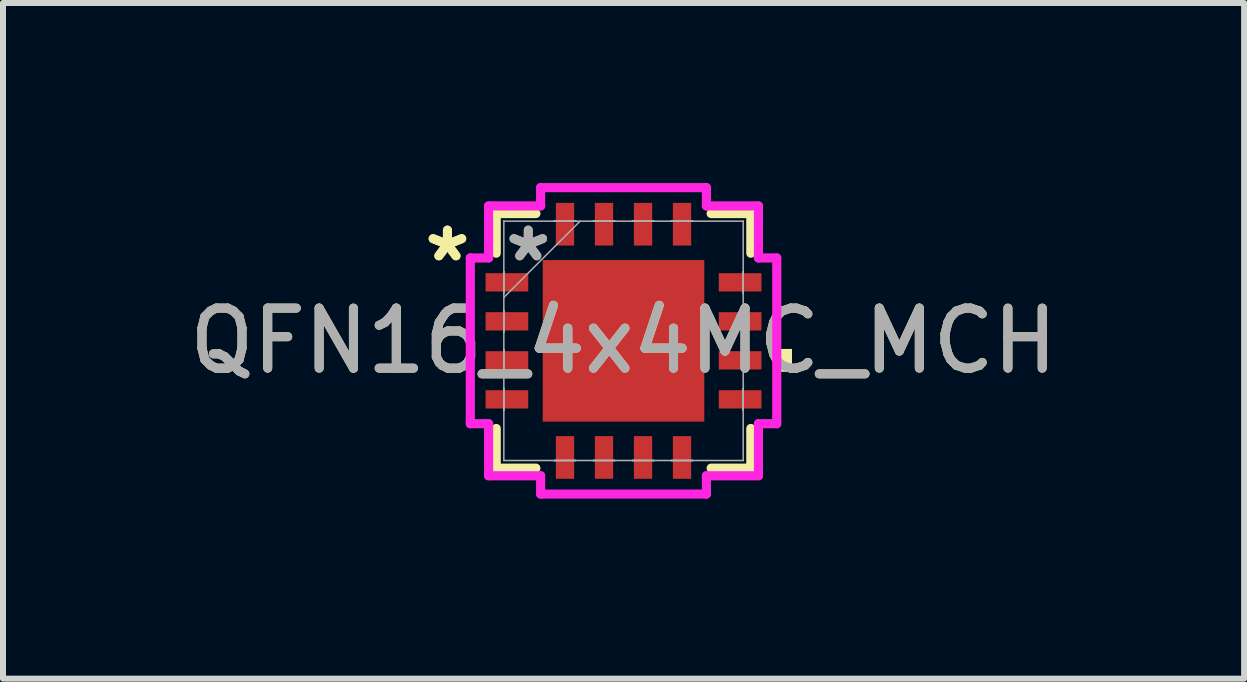
<source format=kicad_pcb>
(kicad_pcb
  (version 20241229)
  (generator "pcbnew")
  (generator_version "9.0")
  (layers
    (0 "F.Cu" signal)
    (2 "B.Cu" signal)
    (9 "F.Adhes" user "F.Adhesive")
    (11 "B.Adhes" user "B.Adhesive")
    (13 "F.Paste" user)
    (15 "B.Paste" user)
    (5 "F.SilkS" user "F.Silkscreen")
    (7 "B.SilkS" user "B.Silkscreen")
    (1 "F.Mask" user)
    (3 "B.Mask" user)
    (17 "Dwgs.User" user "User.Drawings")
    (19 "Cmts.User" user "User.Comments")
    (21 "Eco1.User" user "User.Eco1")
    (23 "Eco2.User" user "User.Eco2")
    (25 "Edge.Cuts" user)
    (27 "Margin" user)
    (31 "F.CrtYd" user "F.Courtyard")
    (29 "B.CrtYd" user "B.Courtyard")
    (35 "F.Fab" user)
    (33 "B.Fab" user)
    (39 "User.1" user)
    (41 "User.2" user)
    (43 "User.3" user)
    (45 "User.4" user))
  (footprint "QFN16_4x4MC_MCH"
    (layer "F.Cu")
    (at 7.339 2.629)
    (property "Reference" "QFN16_4x4MC_MCH" (at 0 0 0) (unlocked yes) (layer "F.SilkS") (effects (font (size 1 1) (thickness 0.15))))
    (attr smd)
    (fp_line (start -2.121 -2.121) (end -2.121 -1.46) (stroke (width 0.152) (type solid)) (layer "F.SilkS"))
    (fp_line (start -2.121 1.46) (end -2.121 2.121) (stroke (width 0.152) (type solid)) (layer "F.SilkS"))
    (fp_line (start -2.121 2.121) (end -1.46 2.121) (stroke (width 0.152) (type solid)) (layer "F.SilkS"))
    (fp_line (start -1.46 -2.121) (end -2.121 -2.121) (stroke (width 0.152) (type solid)) (layer "F.SilkS"))
    (fp_line (start 1.46 2.121) (end 2.121 2.121) (stroke (width 0.152) (type solid)) (layer "F.SilkS"))
    (fp_line (start 2.121 -2.121) (end 1.46 -2.121) (stroke (width 0.152) (type solid)) (layer "F.SilkS"))
    (fp_line (start 2.121 -1.46) (end 2.121 -2.121) (stroke (width 0.152) (type solid)) (layer "F.SilkS"))
    (fp_line (start 2.121 2.121) (end 2.121 1.46) (stroke (width 0.152) (type solid)) (layer "F.SilkS"))
    (fp_poly (pts (xy 2.807 0.135) (xy 2.807 0.516) (xy 2.553 0.516) (xy 2.553 0.135)) (stroke (width 0) (type solid)) (fill yes) (layer "F.SilkS"))
    (fp_poly (pts (xy -1.246 -1.246) (xy -1.246 -0.1) (xy -0.1 -0.1) (xy -0.1 -1.246)) (stroke (width 0) (type solid)) (fill yes) (layer "F.Paste"))
    (fp_poly (pts (xy -1.246 0.1) (xy -1.246 1.246) (xy -0.1 1.246) (xy -0.1 0.1)) (stroke (width 0) (type solid)) (fill yes) (layer "F.Paste"))
    (fp_poly (pts (xy 0.1 -1.246) (xy 0.1 -0.1) (xy 1.246 -0.1) (xy 1.246 -1.246)) (stroke (width 0) (type solid)) (fill yes) (layer "F.Paste"))
    (fp_poly (pts (xy 0.1 0.1) (xy 0.1 1.246) (xy 1.246 1.246) (xy 1.246 0.1)) (stroke (width 0) (type solid)) (fill yes) (layer "F.Paste"))
    (fp_line (start -2.553 -1.381) (end -2.248 -1.381) (stroke (width 0.152) (type solid)) (layer "F.CrtYd"))
    (fp_line (start -2.553 1.381) (end -2.553 -1.381) (stroke (width 0.152) (type solid)) (layer "F.CrtYd"))
    (fp_line (start -2.248 -2.248) (end -1.381 -2.248) (stroke (width 0.152) (type solid)) (layer "F.CrtYd"))
    (fp_line (start -2.248 -1.381) (end -2.248 -2.248) (stroke (width 0.152) (type solid)) (layer "F.CrtYd"))
    (fp_line (start -2.248 1.381) (end -2.553 1.381) (stroke (width 0.152) (type solid)) (layer "F.CrtYd"))
    (fp_line (start -2.248 2.248) (end -2.248 1.381) (stroke (width 0.152) (type solid)) (layer "F.CrtYd"))
    (fp_line (start -1.381 -2.553) (end 1.381 -2.553) (stroke (width 0.152) (type solid)) (layer "F.CrtYd"))
    (fp_line (start -1.381 -2.248) (end -1.381 -2.553) (stroke (width 0.152) (type solid)) (layer "F.CrtYd"))
    (fp_line (start -1.381 2.248) (end -2.248 2.248) (stroke (width 0.152) (type solid)) (layer "F.CrtYd"))
    (fp_line (start -1.381 2.553) (end -1.381 2.248) (stroke (width 0.152) (type solid)) (layer "F.CrtYd"))
    (fp_line (start 1.381 -2.553) (end 1.381 -2.248) (stroke (width 0.152) (type solid)) (layer "F.CrtYd"))
    (fp_line (start 1.381 -2.248) (end 2.248 -2.248) (stroke (width 0.152) (type solid)) (layer "F.CrtYd"))
    (fp_line (start 1.381 2.248) (end 1.381 2.553) (stroke (width 0.152) (type solid)) (layer "F.CrtYd"))
    (fp_line (start 1.381 2.553) (end -1.381 2.553) (stroke (width 0.152) (type solid)) (layer "F.CrtYd"))
    (fp_line (start 2.248 -2.248) (end 2.248 -1.381) (stroke (width 0.152) (type solid)) (layer "F.CrtYd"))
    (fp_line (start 2.248 -1.381) (end 2.553 -1.381) (stroke (width 0.152) (type solid)) (layer "F.CrtYd"))
    (fp_line (start 2.248 1.381) (end 2.248 2.248) (stroke (width 0.152) (type solid)) (layer "F.CrtYd"))
    (fp_line (start 2.248 2.248) (end 1.381 2.248) (stroke (width 0.152) (type solid)) (layer "F.CrtYd"))
    (fp_line (start 2.553 -1.381) (end 2.553 1.381) (stroke (width 0.152) (type solid)) (layer "F.CrtYd"))
    (fp_line (start 2.553 1.381) (end 2.248 1.381) (stroke (width 0.152) (type solid)) (layer "F.CrtYd"))
    (fp_line (start -1.994 -1.994) (end -1.994 -1.994) (stroke (width 0.025) (type solid)) (layer "F.Fab"))
    (fp_line (start -1.994 -1.994) (end -1.994 1.994) (stroke (width 0.025) (type solid)) (layer "F.Fab"))
    (fp_line (start -1.994 -1.153) (end -1.994 -1.153) (stroke (width 0.025) (type solid)) (layer "F.Fab"))
    (fp_line (start -1.994 -1.153) (end -1.994 -0.797) (stroke (width 0.025) (type solid)) (layer "F.Fab"))
    (fp_line (start -1.994 -0.797) (end -1.994 -1.153) (stroke (width 0.025) (type solid)) (layer "F.Fab"))
    (fp_line (start -1.994 -0.797) (end -1.994 -0.797) (stroke (width 0.025) (type solid)) (layer "F.Fab"))
    (fp_line (start -1.994 -0.724) (end -0.724 -1.994) (stroke (width 0.025) (type solid)) (layer "F.Fab"))
    (fp_line (start -1.994 -0.503) (end -1.994 -0.503) (stroke (width 0.025) (type solid)) (layer "F.Fab"))
    (fp_line (start -1.994 -0.503) (end -1.994 -0.147) (stroke (width 0.025) (type solid)) (layer "F.Fab"))
    (fp_line (start -1.994 -0.147) (end -1.994 -0.503) (stroke (width 0.025) (type solid)) (layer "F.Fab"))
    (fp_line (start -1.994 -0.147) (end -1.994 -0.147) (stroke (width 0.025) (type solid)) (layer "F.Fab"))
    (fp_line (start -1.994 0.147) (end -1.994 0.147) (stroke (width 0.025) (type solid)) (layer "F.Fab"))
    (fp_line (start -1.994 0.147) (end -1.994 0.503) (stroke (width 0.025) (type solid)) (layer "F.Fab"))
    (fp_line (start -1.994 0.503) (end -1.994 0.147) (stroke (width 0.025) (type solid)) (layer "F.Fab"))
    (fp_line (start -1.994 0.503) (end -1.994 0.503) (stroke (width 0.025) (type solid)) (layer "F.Fab"))
    (fp_line (start -1.994 0.797) (end -1.994 0.797) (stroke (width 0.025) (type solid)) (layer "F.Fab"))
    (fp_line (start -1.994 0.797) (end -1.994 1.153) (stroke (width 0.025) (type solid)) (layer "F.Fab"))
    (fp_line (start -1.994 1.153) (end -1.994 0.797) (stroke (width 0.025) (type solid)) (layer "F.Fab"))
    (fp_line (start -1.994 1.153) (end -1.994 1.153) (stroke (width 0.025) (type solid)) (layer "F.Fab"))
    (fp_line (start -1.994 1.994) (end -1.994 1.994) (stroke (width 0.025) (type solid)) (layer "F.Fab"))
    (fp_line (start -1.994 1.994) (end 1.994 1.994) (stroke (width 0.025) (type solid)) (layer "F.Fab"))
    (fp_line (start -1.153 -1.994) (end -1.153 -1.994) (stroke (width 0.025) (type solid)) (layer "F.Fab"))
    (fp_line (start -1.153 -1.994) (end -0.797 -1.994) (stroke (width 0.025) (type solid)) (layer "F.Fab"))
    (fp_line (start -1.153 1.994) (end -1.153 1.994) (stroke (width 0.025) (type solid)) (layer "F.Fab"))
    (fp_line (start -1.153 1.994) (end -0.797 1.994) (stroke (width 0.025) (type solid)) (layer "F.Fab"))
    (fp_line (start -0.797 -1.994) (end -1.153 -1.994) (stroke (width 0.025) (type solid)) (layer "F.Fab"))
    (fp_line (start -0.797 -1.994) (end -0.797 -1.994) (stroke (width 0.025) (type solid)) (layer "F.Fab"))
    (fp_line (start -0.797 1.994) (end -1.153 1.994) (stroke (width 0.025) (type solid)) (layer "F.Fab"))
    (fp_line (start -0.797 1.994) (end -0.797 1.994) (stroke (width 0.025) (type solid)) (layer "F.Fab"))
    (fp_line (start -0.503 -1.994) (end -0.503 -1.994) (stroke (width 0.025) (type solid)) (layer "F.Fab"))
    (fp_line (start -0.503 -1.994) (end -0.147 -1.994) (stroke (width 0.025) (type solid)) (layer "F.Fab"))
    (fp_line (start -0.503 1.994) (end -0.503 1.994) (stroke (width 0.025) (type solid)) (layer "F.Fab"))
    (fp_line (start -0.503 1.994) (end -0.147 1.994) (stroke (width 0.025) (type solid)) (layer "F.Fab"))
    (fp_line (start -0.147 -1.994) (end -0.503 -1.994) (stroke (width 0.025) (type solid)) (layer "F.Fab"))
    (fp_line (start -0.147 -1.994) (end -0.147 -1.994) (stroke (width 0.025) (type solid)) (layer "F.Fab"))
    (fp_line (start -0.147 1.994) (end -0.503 1.994) (stroke (width 0.025) (type solid)) (layer "F.Fab"))
    (fp_line (start -0.147 1.994) (end -0.147 1.994) (stroke (width 0.025) (type solid)) (layer "F.Fab"))
    (fp_line (start 0.147 -1.994) (end 0.147 -1.994) (stroke (width 0.025) (type solid)) (layer "F.Fab"))
    (fp_line (start 0.147 -1.994) (end 0.503 -1.994) (stroke (width 0.025) (type solid)) (layer "F.Fab"))
    (fp_line (start 0.147 1.994) (end 0.147 1.994) (stroke (width 0.025) (type solid)) (layer "F.Fab"))
    (fp_line (start 0.147 1.994) (end 0.503 1.994) (stroke (width 0.025) (type solid)) (layer "F.Fab"))
    (fp_line (start 0.503 -1.994) (end 0.147 -1.994) (stroke (width 0.025) (type solid)) (layer "F.Fab"))
    (fp_line (start 0.503 -1.994) (end 0.503 -1.994) (stroke (width 0.025) (type solid)) (layer "F.Fab"))
    (fp_line (start 0.503 1.994) (end 0.147 1.994) (stroke (width 0.025) (type solid)) (layer "F.Fab"))
    (fp_line (start 0.503 1.994) (end 0.503 1.994) (stroke (width 0.025) (type solid)) (layer "F.Fab"))
    (fp_line (start 0.797 -1.994) (end 0.797 -1.994) (stroke (width 0.025) (type solid)) (layer "F.Fab"))
    (fp_line (start 0.797 -1.994) (end 1.153 -1.994) (stroke (width 0.025) (type solid)) (layer "F.Fab"))
    (fp_line (start 0.797 1.994) (end 0.797 1.994) (stroke (width 0.025) (type solid)) (layer "F.Fab"))
    (fp_line (start 0.797 1.994) (end 1.153 1.994) (stroke (width 0.025) (type solid)) (layer "F.Fab"))
    (fp_line (start 1.153 -1.994) (end 0.797 -1.994) (stroke (width 0.025) (type solid)) (layer "F.Fab"))
    (fp_line (start 1.153 -1.994) (end 1.153 -1.994) (stroke (width 0.025) (type solid)) (layer "F.Fab"))
    (fp_line (start 1.153 1.994) (end 0.797 1.994) (stroke (width 0.025) (type solid)) (layer "F.Fab"))
    (fp_line (start 1.153 1.994) (end 1.153 1.994) (stroke (width 0.025) (type solid)) (layer "F.Fab"))
    (fp_line (start 1.994 -1.994) (end -1.994 -1.994) (stroke (width 0.025) (type solid)) (layer "F.Fab"))
    (fp_line (start 1.994 -1.994) (end 1.994 -1.994) (stroke (width 0.025) (type solid)) (layer "F.Fab"))
    (fp_line (start 1.994 -1.153) (end 1.994 -1.153) (stroke (width 0.025) (type solid)) (layer "F.Fab"))
    (fp_line (start 1.994 -1.153) (end 1.994 -0.797) (stroke (width 0.025) (type solid)) (layer "F.Fab"))
    (fp_line (start 1.994 -0.797) (end 1.994 -1.153) (stroke (width 0.025) (type solid)) (layer "F.Fab"))
    (fp_line (start 1.994 -0.797) (end 1.994 -0.797) (stroke (width 0.025) (type solid)) (layer "F.Fab"))
    (fp_line (start 1.994 -0.503) (end 1.994 -0.503) (stroke (width 0.025) (type solid)) (layer "F.Fab"))
    (fp_line (start 1.994 -0.503) (end 1.994 -0.147) (stroke (width 0.025) (type solid)) (layer "F.Fab"))
    (fp_line (start 1.994 -0.147) (end 1.994 -0.503) (stroke (width 0.025) (type solid)) (layer "F.Fab"))
    (fp_line (start 1.994 -0.147) (end 1.994 -0.147) (stroke (width 0.025) (type solid)) (layer "F.Fab"))
    (fp_line (start 1.994 0.147) (end 1.994 0.147) (stroke (width 0.025) (type solid)) (layer "F.Fab"))
    (fp_line (start 1.994 0.147) (end 1.994 0.503) (stroke (width 0.025) (type solid)) (layer "F.Fab"))
    (fp_line (start 1.994 0.503) (end 1.994 0.147) (stroke (width 0.025) (type solid)) (layer "F.Fab"))
    (fp_line (start 1.994 0.503) (end 1.994 0.503) (stroke (width 0.025) (type solid)) (layer "F.Fab"))
    (fp_line (start 1.994 0.797) (end 1.994 0.797) (stroke (width 0.025) (type solid)) (layer "F.Fab"))
    (fp_line (start 1.994 0.797) (end 1.994 1.153) (stroke (width 0.025) (type solid)) (layer "F.Fab"))
    (fp_line (start 1.994 1.153) (end 1.994 0.797) (stroke (width 0.025) (type solid)) (layer "F.Fab"))
    (fp_line (start 1.994 1.153) (end 1.994 1.153) (stroke (width 0.025) (type solid)) (layer "F.Fab"))
    (fp_line (start 1.994 1.994) (end 1.994 -1.994) (stroke (width 0.025) (type solid)) (layer "F.Fab"))
    (fp_line (start 1.994 1.994) (end 1.994 1.994) (stroke (width 0.025) (type solid)) (layer "F.Fab"))
    (fp_text user "*" (at -2.934 -1.3 0) (unlocked yes) (layer "F.SilkS") (effects (font (size 1 1) (thickness 0.15))))
    (fp_text user "*" (at -2.934 -1.3 0) (layer "F.SilkS") (effects (font (size 1 1) (thickness 0.15))))
    (fp_text user "*" (at -1.587 -1.3 0) (layer "F.Fab") (effects (font (size 1 1) (thickness 0.15))))
    (fp_text user "*" (at -1.587 -1.3 0) (unlocked yes) (layer "F.Fab") (effects (font (size 1 1) (thickness 0.15))))
    (fp_text user "${REFERENCE}" (at 0 0 0) (unlocked yes) (layer "F.Fab") (effects (font (size 1 1) (thickness 0.15))))
    (pad "1" smd rect (at -1.943 -0.975 90) (size 0.305 0.711) (layers "F.Cu" "F.Mask" "F.Paste"))
    (pad "2" smd rect (at -1.943 -0.325 90) (size 0.305 0.711) (layers "F.Cu" "F.Mask" "F.Paste"))
    (pad "3" smd rect (at -1.943 0.325 90) (size 0.305 0.711) (layers "F.Cu" "F.Mask" "F.Paste"))
    (pad "4" smd rect (at -1.943 0.975 90) (size 0.305 0.711) (layers "F.Cu" "F.Mask" "F.Paste"))
    (pad "5" smd rect (at -0.975 1.943) (size 0.305 0.711) (layers "F.Cu" "F.Mask" "F.Paste"))
    (pad "6" smd rect (at -0.325 1.943) (size 0.305 0.711) (layers "F.Cu" "F.Mask" "F.Paste"))
    (pad "7" smd rect (at 0.325 1.943) (size 0.305 0.711) (layers "F.Cu" "F.Mask" "F.Paste"))
    (pad "8" smd rect (at 0.975 1.943) (size 0.305 0.711) (layers "F.Cu" "F.Mask" "F.Paste"))
    (pad "9" smd rect (at 1.943 0.975 90) (size 0.305 0.711) (layers "F.Cu" "F.Mask" "F.Paste"))
    (pad "10" smd rect (at 1.943 0.325 90) (size 0.305 0.711) (layers "F.Cu" "F.Mask" "F.Paste"))
    (pad "11" smd rect (at 1.943 -0.325 90) (size 0.305 0.711) (layers "F.Cu" "F.Mask" "F.Paste"))
    (pad "12" smd rect (at 1.943 -0.975 90) (size 0.305 0.711) (layers "F.Cu" "F.Mask" "F.Paste"))
    (pad "13" smd rect (at 0.975 -1.943) (size 0.305 0.711) (layers "F.Cu" "F.Mask" "F.Paste"))
    (pad "14" smd rect (at 0.325 -1.943) (size 0.305 0.711) (layers "F.Cu" "F.Mask" "F.Paste"))
    (pad "15" smd rect (at -0.325 -1.943) (size 0.305 0.711) (layers "F.Cu" "F.Mask" "F.Paste"))
    (pad "16" smd rect (at -0.975 -1.943) (size 0.305 0.711) (layers "F.Cu" "F.Mask" "F.Paste"))
    (pad "17" smd rect (at 0 0) (size 2.692 2.692) (layers "F.Cu" "F.Mask")))
  (gr_rect
    (start -3 -3)
    (end 17.679 8.258)
    (stroke (width 0.1) (type default))
    (fill no)
    (layer "Edge.Cuts")))
</source>
